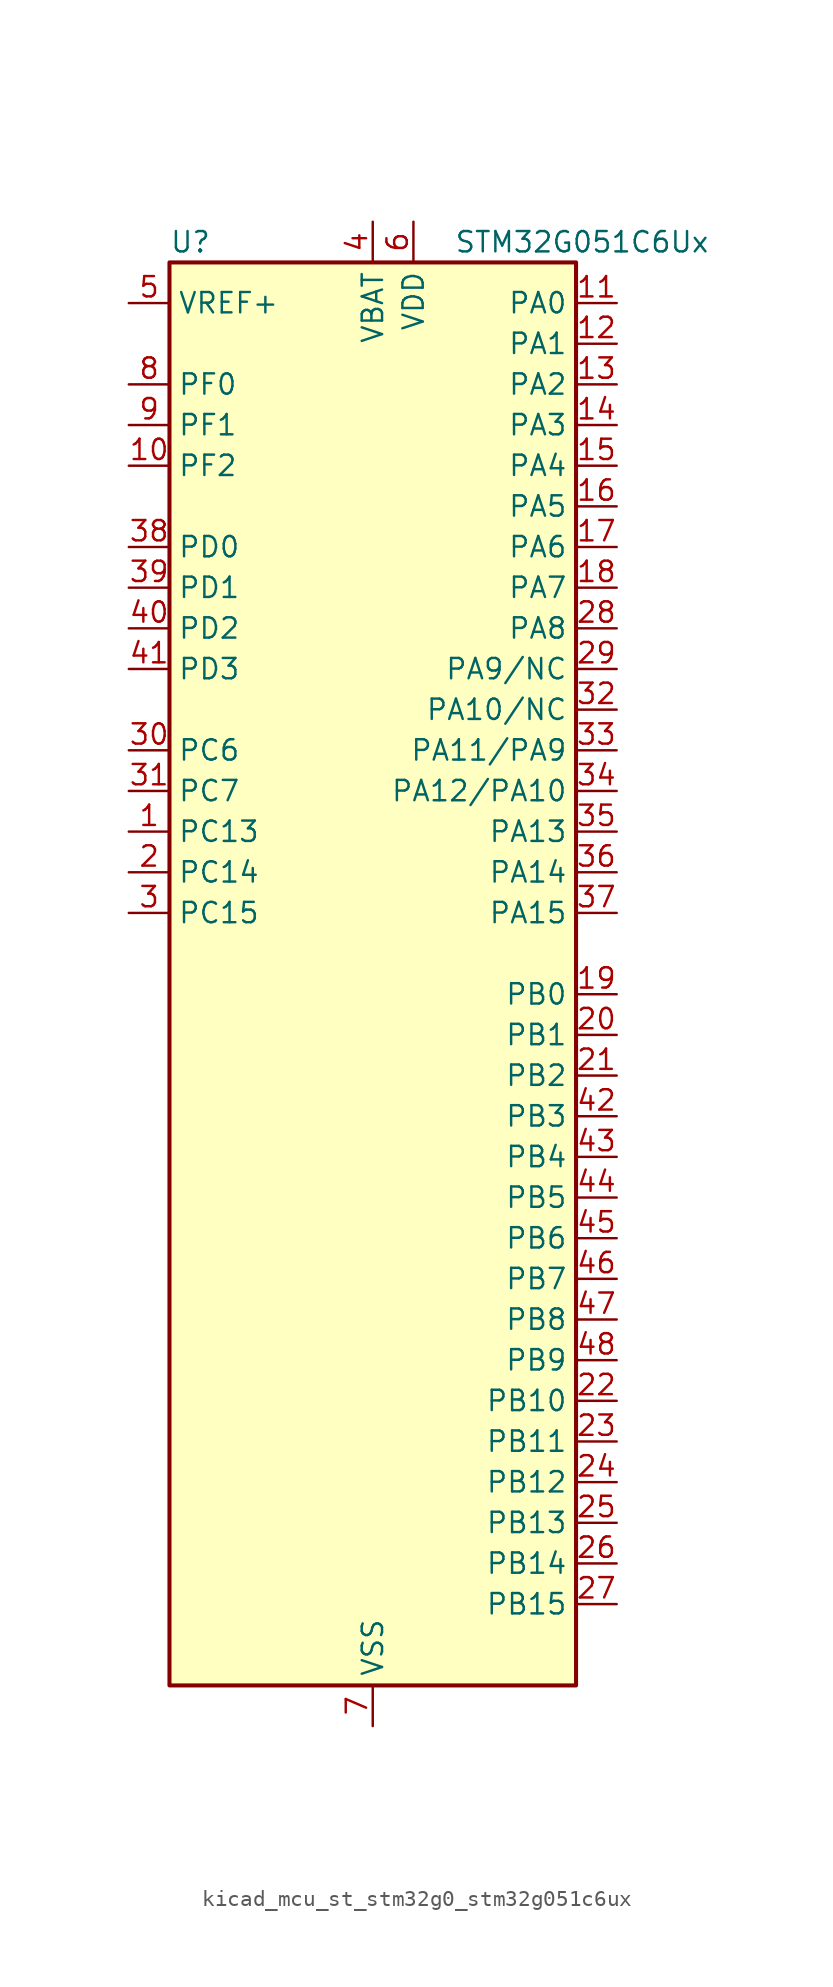
<source format=kicad_sym>
(kicad_symbol_lib
  (version 20220914)
  (generator kicad_symbol_editor)
  (symbol "kicad_mcu_st_stm32g0_stm32g051c6ux"
    (property "Reference" "U"
      (at -12.7 46.99 0)
      (effects (font (size 1.27 1.27)) (justify left)))
    (property "Value" "STM32G051C6Ux"
      (at 5.08 46.99 0)
      (effects (font (size 1.27 1.27)) (justify left)))
    (property "ki_locked" ""
      (at 0 0 0)
      (effects (font (size 1.27 1.27))))
    (symbol "kicad_mcu_st_stm32g0_stm32g051c6ux_0_1"
      (rectangle (start -12.7 -43.18) (end 12.7 45.72) (stroke (width 0.254) (type default)) (fill (type background))))
    (symbol "kicad_mcu_st_stm32g0_stm32g051c6ux_1_1"
      (pin bidirectional line (at -15.24 10.16 0) (length 2.54) (name "PC13" (effects (font (size 1.27 1.27)))) (number "1" (effects (font (size 1.27 1.27)))) (alternate "RTC_OUT1" bidirectional line) (alternate "RTC_TAMP_IN1" bidirectional line) (alternate "RTC_TS" bidirectional line) (alternate "SYS_WKUP2" bidirectional line) (alternate "TIM1_BK" bidirectional line))
      (pin bidirectional line (at -15.24 33.02 0) (length 2.54) (name "PF2" (effects (font (size 1.27 1.27)))) (number "10" (effects (font (size 1.27 1.27)))) (alternate "RCC_MCO" bidirectional line))
      (pin bidirectional line (at 15.24 43.18 180) (length 2.54) (name "PA0" (effects (font (size 1.27 1.27)))) (number "11" (effects (font (size 1.27 1.27)))) (alternate "ADC1_IN0" bidirectional line) (alternate "COMP1_INM" bidirectional line) (alternate "COMP1_OUT" bidirectional line) (alternate "LPTIM1_OUT" bidirectional line) (alternate "RTC_TAMP_IN2" bidirectional line) (alternate "SPI2_SCK" bidirectional line) (alternate "SYS_WKUP1" bidirectional line) (alternate "TIM2_CH1" bidirectional line) (alternate "TIM2_ETR" bidirectional line) (alternate "USART2_CTS" bidirectional line) (alternate "USART2_NSS" bidirectional line))
      (pin bidirectional line (at 15.24 40.64 180) (length 2.54) (name "PA1" (effects (font (size 1.27 1.27)))) (number "12" (effects (font (size 1.27 1.27)))) (alternate "ADC1_IN1" bidirectional line) (alternate "COMP1_INP" bidirectional line) (alternate "I2C1_SMBA" bidirectional line) (alternate "I2S1_CK" bidirectional line) (alternate "SPI1_SCK" bidirectional line) (alternate "TIM15_CH1N" bidirectional line) (alternate "TIM2_CH2" bidirectional line) (alternate "USART2_CK" bidirectional line) (alternate "USART2_DE" bidirectional line) (alternate "USART2_RTS" bidirectional line))
      (pin bidirectional line (at 15.24 38.1 180) (length 2.54) (name "PA2" (effects (font (size 1.27 1.27)))) (number "13" (effects (font (size 1.27 1.27)))) (alternate "ADC1_IN2" bidirectional line) (alternate "COMP2_INM" bidirectional line) (alternate "COMP2_OUT" bidirectional line) (alternate "I2S1_SD" bidirectional line) (alternate "LPUART1_TX" bidirectional line) (alternate "RCC_LSCO" bidirectional line) (alternate "SPI1_MOSI" bidirectional line) (alternate "SYS_WKUP4" bidirectional line) (alternate "TIM15_CH1" bidirectional line) (alternate "TIM2_CH3" bidirectional line) (alternate "USART2_TX" bidirectional line))
      (pin bidirectional line (at 15.24 35.56 180) (length 2.54) (name "PA3" (effects (font (size 1.27 1.27)))) (number "14" (effects (font (size 1.27 1.27)))) (alternate "ADC1_IN3" bidirectional line) (alternate "COMP2_INP" bidirectional line) (alternate "LPUART1_RX" bidirectional line) (alternate "SPI2_MISO" bidirectional line) (alternate "TIM15_CH2" bidirectional line) (alternate "TIM2_CH4" bidirectional line) (alternate "USART2_RX" bidirectional line))
      (pin bidirectional line (at 15.24 33.02 180) (length 2.54) (name "PA4" (effects (font (size 1.27 1.27)))) (number "15" (effects (font (size 1.27 1.27)))) (alternate "ADC1_IN4" bidirectional line) (alternate "DAC1_OUT1" bidirectional line) (alternate "I2S1_WS" bidirectional line) (alternate "LPTIM2_OUT" bidirectional line) (alternate "RTC_OUT2" bidirectional line) (alternate "SPI1_NSS" bidirectional line) (alternate "SPI2_MOSI" bidirectional line) (alternate "TIM14_CH1" bidirectional line))
      (pin bidirectional line (at 15.24 30.48 180) (length 2.54) (name "PA5" (effects (font (size 1.27 1.27)))) (number "16" (effects (font (size 1.27 1.27)))) (alternate "ADC1_IN5" bidirectional line) (alternate "DAC1_OUT2" bidirectional line) (alternate "I2S1_CK" bidirectional line) (alternate "LPTIM2_ETR" bidirectional line) (alternate "SPI1_SCK" bidirectional line) (alternate "TIM2_CH1" bidirectional line) (alternate "TIM2_ETR" bidirectional line))
      (pin bidirectional line (at 15.24 27.94 180) (length 2.54) (name "PA6" (effects (font (size 1.27 1.27)))) (number "17" (effects (font (size 1.27 1.27)))) (alternate "ADC1_IN6" bidirectional line) (alternate "COMP1_OUT" bidirectional line) (alternate "I2S1_MCK" bidirectional line) (alternate "LPUART1_CTS" bidirectional line) (alternate "SPI1_MISO" bidirectional line) (alternate "TIM16_CH1" bidirectional line) (alternate "TIM1_BK" bidirectional line) (alternate "TIM3_CH1" bidirectional line))
      (pin bidirectional line (at 15.24 25.4 180) (length 2.54) (name "PA7" (effects (font (size 1.27 1.27)))) (number "18" (effects (font (size 1.27 1.27)))) (alternate "ADC1_IN7" bidirectional line) (alternate "COMP2_OUT" bidirectional line) (alternate "I2S1_SD" bidirectional line) (alternate "SPI1_MOSI" bidirectional line) (alternate "TIM14_CH1" bidirectional line) (alternate "TIM17_CH1" bidirectional line) (alternate "TIM1_CH1N" bidirectional line) (alternate "TIM3_CH2" bidirectional line))
      (pin bidirectional line (at 15.24 0 180) (length 2.54) (name "PB0" (effects (font (size 1.27 1.27)))) (number "19" (effects (font (size 1.27 1.27)))) (alternate "ADC1_IN8" bidirectional line) (alternate "COMP1_OUT" bidirectional line) (alternate "I2S1_WS" bidirectional line) (alternate "LPTIM1_OUT" bidirectional line) (alternate "SPI1_NSS" bidirectional line) (alternate "TIM1_CH2N" bidirectional line) (alternate "TIM3_CH3" bidirectional line))
      (pin bidirectional line (at -15.24 7.62 0) (length 2.54) (name "PC14" (effects (font (size 1.27 1.27)))) (number "2" (effects (font (size 1.27 1.27)))) (alternate "RCC_OSC32_IN" bidirectional line) (alternate "TIM1_BK2" bidirectional line))
      (pin bidirectional line (at 15.24 -2.54 180) (length 2.54) (name "PB1" (effects (font (size 1.27 1.27)))) (number "20" (effects (font (size 1.27 1.27)))) (alternate "ADC1_IN9" bidirectional line) (alternate "COMP1_INM" bidirectional line) (alternate "LPTIM2_IN1" bidirectional line) (alternate "LPUART1_DE" bidirectional line) (alternate "LPUART1_RTS" bidirectional line) (alternate "TIM14_CH1" bidirectional line) (alternate "TIM1_CH3N" bidirectional line) (alternate "TIM3_CH4" bidirectional line))
      (pin bidirectional line (at 15.24 -5.08 180) (length 2.54) (name "PB2" (effects (font (size 1.27 1.27)))) (number "21" (effects (font (size 1.27 1.27)))) (alternate "ADC1_IN10" bidirectional line) (alternate "COMP1_INP" bidirectional line) (alternate "LPTIM1_OUT" bidirectional line) (alternate "SPI2_MISO" bidirectional line))
      (pin bidirectional line (at 15.24 -25.4 180) (length 2.54) (name "PB10" (effects (font (size 1.27 1.27)))) (number "22" (effects (font (size 1.27 1.27)))) (alternate "ADC1_IN11" bidirectional line) (alternate "COMP1_OUT" bidirectional line) (alternate "I2C2_SCL" bidirectional line) (alternate "LPUART1_RX" bidirectional line) (alternate "SPI2_SCK" bidirectional line) (alternate "TIM2_CH3" bidirectional line))
      (pin bidirectional line (at 15.24 -27.94 180) (length 2.54) (name "PB11" (effects (font (size 1.27 1.27)))) (number "23" (effects (font (size 1.27 1.27)))) (alternate "ADC1_EXTI11" bidirectional line) (alternate "ADC1_IN15" bidirectional line) (alternate "COMP2_OUT" bidirectional line) (alternate "I2C2_SDA" bidirectional line) (alternate "LPUART1_TX" bidirectional line) (alternate "SPI2_MOSI" bidirectional line) (alternate "TIM2_CH4" bidirectional line))
      (pin bidirectional line (at 15.24 -30.48 180) (length 2.54) (name "PB12" (effects (font (size 1.27 1.27)))) (number "24" (effects (font (size 1.27 1.27)))) (alternate "ADC1_IN16" bidirectional line) (alternate "LPUART1_DE" bidirectional line) (alternate "LPUART1_RTS" bidirectional line) (alternate "SPI2_NSS" bidirectional line) (alternate "TIM15_BK" bidirectional line) (alternate "TIM1_BK" bidirectional line))
      (pin bidirectional line (at 15.24 -33.02 180) (length 2.54) (name "PB13" (effects (font (size 1.27 1.27)))) (number "25" (effects (font (size 1.27 1.27)))) (alternate "I2C2_SCL" bidirectional line) (alternate "LPUART1_CTS" bidirectional line) (alternate "SPI2_SCK" bidirectional line) (alternate "TIM15_CH1N" bidirectional line) (alternate "TIM1_CH1N" bidirectional line))
      (pin bidirectional line (at 15.24 -35.56 180) (length 2.54) (name "PB14" (effects (font (size 1.27 1.27)))) (number "26" (effects (font (size 1.27 1.27)))) (alternate "I2C2_SDA" bidirectional line) (alternate "SPI2_MISO" bidirectional line) (alternate "TIM15_CH1" bidirectional line) (alternate "TIM1_CH2N" bidirectional line))
      (pin bidirectional line (at 15.24 -38.1 180) (length 2.54) (name "PB15" (effects (font (size 1.27 1.27)))) (number "27" (effects (font (size 1.27 1.27)))) (alternate "RTC_REFIN" bidirectional line) (alternate "SPI2_MOSI" bidirectional line) (alternate "TIM15_CH1N" bidirectional line) (alternate "TIM15_CH2" bidirectional line) (alternate "TIM1_CH3N" bidirectional line))
      (pin bidirectional line (at 15.24 22.86 180) (length 2.54) (name "PA8" (effects (font (size 1.27 1.27)))) (number "28" (effects (font (size 1.27 1.27)))) (alternate "LPTIM2_OUT" bidirectional line) (alternate "RCC_MCO" bidirectional line) (alternate "SPI2_NSS" bidirectional line) (alternate "TIM1_CH1" bidirectional line))
      (pin bidirectional line (at 15.24 20.32 180) (length 2.54) (name "PA9/NC" (effects (font (size 1.27 1.27)))) (number "29" (effects (font (size 1.27 1.27)))) (alternate "DAC1_EXTI9" bidirectional line) (alternate "I2C1_SCL" bidirectional line) (alternate "RCC_MCO" bidirectional line) (alternate "SPI2_MISO" bidirectional line) (alternate "TIM15_BK" bidirectional line) (alternate "TIM1_CH2" bidirectional line) (alternate "USART1_TX" bidirectional line))
      (pin bidirectional line (at -15.24 5.08 0) (length 2.54) (name "PC15" (effects (font (size 1.27 1.27)))) (number "3" (effects (font (size 1.27 1.27)))) (alternate "RCC_OSC32_EN" bidirectional line) (alternate "RCC_OSC32_OUT" bidirectional line) (alternate "RCC_OSC_EN" bidirectional line) (alternate "TIM15_BK" bidirectional line))
      (pin bidirectional line (at -15.24 15.24 0) (length 2.54) (name "PC6" (effects (font (size 1.27 1.27)))) (number "30" (effects (font (size 1.27 1.27)))) (alternate "TIM2_CH3" bidirectional line) (alternate "TIM3_CH1" bidirectional line))
      (pin bidirectional line (at -15.24 12.7 0) (length 2.54) (name "PC7" (effects (font (size 1.27 1.27)))) (number "31" (effects (font (size 1.27 1.27)))) (alternate "TIM2_CH4" bidirectional line) (alternate "TIM3_CH2" bidirectional line))
      (pin bidirectional line (at 15.24 17.78 180) (length 2.54) (name "PA10/NC" (effects (font (size 1.27 1.27)))) (number "32" (effects (font (size 1.27 1.27)))) (alternate "I2C1_SDA" bidirectional line) (alternate "SPI2_MOSI" bidirectional line) (alternate "TIM17_BK" bidirectional line) (alternate "TIM1_CH3" bidirectional line) (alternate "USART1_RX" bidirectional line))
      (pin bidirectional line (at 15.24 15.24 180) (length 2.54) (name "PA11/PA9" (effects (font (size 1.27 1.27)))) (number "33" (effects (font (size 1.27 1.27)))) (alternate "ADC1_EXTI11" bidirectional line) (alternate "COMP1_OUT" bidirectional line) (alternate "I2C2_SCL" bidirectional line) (alternate "I2S1_MCK" bidirectional line) (alternate "SPI1_MISO" bidirectional line) (alternate "TIM1_BK2" bidirectional line) (alternate "TIM1_CH4" bidirectional line) (alternate "USART1_CTS" bidirectional line) (alternate "USART1_NSS" bidirectional line))
      (pin bidirectional line (at 15.24 12.7 180) (length 2.54) (name "PA12/PA10" (effects (font (size 1.27 1.27)))) (number "34" (effects (font (size 1.27 1.27)))) (alternate "COMP2_OUT" bidirectional line) (alternate "I2C2_SDA" bidirectional line) (alternate "I2S1_SD" bidirectional line) (alternate "I2S_CKIN" bidirectional line) (alternate "SPI1_MOSI" bidirectional line) (alternate "TIM1_ETR" bidirectional line) (alternate "USART1_CK" bidirectional line) (alternate "USART1_DE" bidirectional line) (alternate "USART1_RTS" bidirectional line))
      (pin bidirectional line (at 15.24 10.16 180) (length 2.54) (name "PA13" (effects (font (size 1.27 1.27)))) (number "35" (effects (font (size 1.27 1.27)))) (alternate "ADC1_IN17" bidirectional line) (alternate "IR_OUT" bidirectional line) (alternate "SYS_SWDIO" bidirectional line))
      (pin bidirectional line (at 15.24 7.62 180) (length 2.54) (name "PA14" (effects (font (size 1.27 1.27)))) (number "36" (effects (font (size 1.27 1.27)))) (alternate "ADC1_IN18" bidirectional line) (alternate "SYS_SWCLK" bidirectional line) (alternate "USART2_TX" bidirectional line))
      (pin bidirectional line (at 15.24 5.08 180) (length 2.54) (name "PA15" (effects (font (size 1.27 1.27)))) (number "37" (effects (font (size 1.27 1.27)))) (alternate "I2S1_WS" bidirectional line) (alternate "SPI1_NSS" bidirectional line) (alternate "TIM2_CH1" bidirectional line) (alternate "TIM2_ETR" bidirectional line) (alternate "USART2_RX" bidirectional line))
      (pin bidirectional line (at -15.24 27.94 0) (length 2.54) (name "PD0" (effects (font (size 1.27 1.27)))) (number "38" (effects (font (size 1.27 1.27)))) (alternate "SPI2_NSS" bidirectional line) (alternate "TIM16_CH1" bidirectional line))
      (pin bidirectional line (at -15.24 25.4 0) (length 2.54) (name "PD1" (effects (font (size 1.27 1.27)))) (number "39" (effects (font (size 1.27 1.27)))) (alternate "SPI2_SCK" bidirectional line) (alternate "TIM17_CH1" bidirectional line))
      (pin power_in line (at 0 48.26 270) (length 2.54) (name "VBAT" (effects (font (size 1.27 1.27)))) (number "4" (effects (font (size 1.27 1.27)))))
      (pin bidirectional line (at -15.24 22.86 0) (length 2.54) (name "PD2" (effects (font (size 1.27 1.27)))) (number "40" (effects (font (size 1.27 1.27)))) (alternate "TIM1_CH1N" bidirectional line) (alternate "TIM3_ETR" bidirectional line))
      (pin bidirectional line (at -15.24 20.32 0) (length 2.54) (name "PD3" (effects (font (size 1.27 1.27)))) (number "41" (effects (font (size 1.27 1.27)))) (alternate "SPI2_MISO" bidirectional line) (alternate "TIM1_CH2N" bidirectional line) (alternate "USART2_CTS" bidirectional line) (alternate "USART2_NSS" bidirectional line))
      (pin bidirectional line (at 15.24 -7.62 180) (length 2.54) (name "PB3" (effects (font (size 1.27 1.27)))) (number "42" (effects (font (size 1.27 1.27)))) (alternate "COMP2_INM" bidirectional line) (alternate "I2S1_CK" bidirectional line) (alternate "SPI1_SCK" bidirectional line) (alternate "TIM1_CH2" bidirectional line) (alternate "TIM2_CH2" bidirectional line) (alternate "USART1_CK" bidirectional line) (alternate "USART1_DE" bidirectional line) (alternate "USART1_RTS" bidirectional line))
      (pin bidirectional line (at 15.24 -10.16 180) (length 2.54) (name "PB4" (effects (font (size 1.27 1.27)))) (number "43" (effects (font (size 1.27 1.27)))) (alternate "COMP2_INP" bidirectional line) (alternate "I2S1_MCK" bidirectional line) (alternate "SPI1_MISO" bidirectional line) (alternate "TIM17_BK" bidirectional line) (alternate "TIM3_CH1" bidirectional line) (alternate "USART1_CTS" bidirectional line) (alternate "USART1_NSS" bidirectional line))
      (pin bidirectional line (at 15.24 -12.7 180) (length 2.54) (name "PB5" (effects (font (size 1.27 1.27)))) (number "44" (effects (font (size 1.27 1.27)))) (alternate "COMP2_OUT" bidirectional line) (alternate "I2C1_SMBA" bidirectional line) (alternate "I2S1_SD" bidirectional line) (alternate "LPTIM1_IN1" bidirectional line) (alternate "SPI1_MOSI" bidirectional line) (alternate "SYS_WKUP6" bidirectional line) (alternate "TIM16_BK" bidirectional line) (alternate "TIM3_CH2" bidirectional line))
      (pin bidirectional line (at 15.24 -15.24 180) (length 2.54) (name "PB6" (effects (font (size 1.27 1.27)))) (number "45" (effects (font (size 1.27 1.27)))) (alternate "COMP2_INP" bidirectional line) (alternate "I2C1_SCL" bidirectional line) (alternate "LPTIM1_ETR" bidirectional line) (alternate "SPI2_MISO" bidirectional line) (alternate "TIM16_CH1N" bidirectional line) (alternate "TIM1_CH3" bidirectional line) (alternate "USART1_TX" bidirectional line))
      (pin bidirectional line (at 15.24 -17.78 180) (length 2.54) (name "PB7" (effects (font (size 1.27 1.27)))) (number "46" (effects (font (size 1.27 1.27)))) (alternate "COMP2_INM" bidirectional line) (alternate "I2C1_SDA" bidirectional line) (alternate "LPTIM1_IN2" bidirectional line) (alternate "SPI2_MOSI" bidirectional line) (alternate "SYS_PVD_IN" bidirectional line) (alternate "TIM17_CH1N" bidirectional line) (alternate "USART1_RX" bidirectional line))
      (pin bidirectional line (at 15.24 -20.32 180) (length 2.54) (name "PB8" (effects (font (size 1.27 1.27)))) (number "47" (effects (font (size 1.27 1.27)))) (alternate "I2C1_SCL" bidirectional line) (alternate "SPI2_SCK" bidirectional line) (alternate "TIM15_BK" bidirectional line) (alternate "TIM16_CH1" bidirectional line))
      (pin bidirectional line (at 15.24 -22.86 180) (length 2.54) (name "PB9" (effects (font (size 1.27 1.27)))) (number "48" (effects (font (size 1.27 1.27)))) (alternate "DAC1_EXTI9" bidirectional line) (alternate "I2C1_SDA" bidirectional line) (alternate "IR_OUT" bidirectional line) (alternate "SPI2_NSS" bidirectional line) (alternate "TIM17_CH1" bidirectional line))
      (pin passive line (at 0 -45.72 90) (length 2.54) hide (name "VSS" (effects (font (size 1.27 1.27)))) (number "49" (effects (font (size 1.27 1.27)))))
      (pin input line (at -15.24 43.18 0) (length 2.54) (name "VREF+" (effects (font (size 1.27 1.27)))) (number "5" (effects (font (size 1.27 1.27)))) (alternate "VREFBUF_OUT" bidirectional line))
      (pin power_in line (at 2.54 48.26 270) (length 2.54) (name "VDD" (effects (font (size 1.27 1.27)))) (number "6" (effects (font (size 1.27 1.27)))))
      (pin power_in line (at 0 -45.72 90) (length 2.54) (name "VSS" (effects (font (size 1.27 1.27)))) (number "7" (effects (font (size 1.27 1.27)))))
      (pin bidirectional line (at -15.24 38.1 0) (length 2.54) (name "PF0" (effects (font (size 1.27 1.27)))) (number "8" (effects (font (size 1.27 1.27)))) (alternate "RCC_OSC_IN" bidirectional line) (alternate "TIM14_CH1" bidirectional line))
      (pin bidirectional line (at -15.24 35.56 0) (length 2.54) (name "PF1" (effects (font (size 1.27 1.27)))) (number "9" (effects (font (size 1.27 1.27)))) (alternate "RCC_OSC_EN" bidirectional line) (alternate "RCC_OSC_OUT" bidirectional line) (alternate "TIM15_CH1N" bidirectional line)))))
</source>
